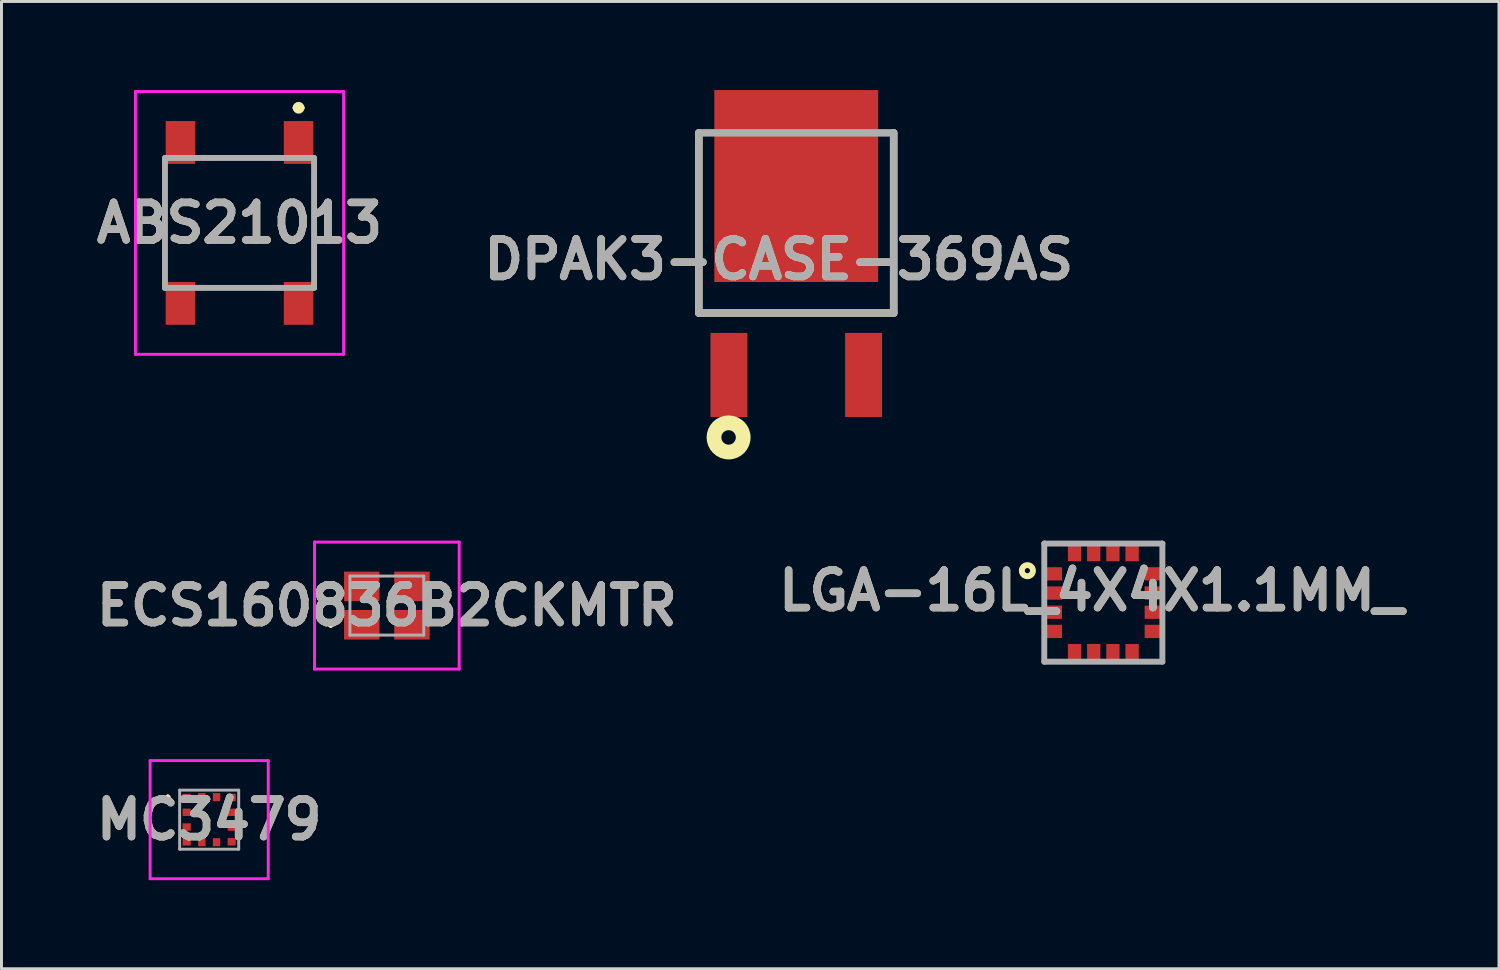
<source format=kicad_pcb>
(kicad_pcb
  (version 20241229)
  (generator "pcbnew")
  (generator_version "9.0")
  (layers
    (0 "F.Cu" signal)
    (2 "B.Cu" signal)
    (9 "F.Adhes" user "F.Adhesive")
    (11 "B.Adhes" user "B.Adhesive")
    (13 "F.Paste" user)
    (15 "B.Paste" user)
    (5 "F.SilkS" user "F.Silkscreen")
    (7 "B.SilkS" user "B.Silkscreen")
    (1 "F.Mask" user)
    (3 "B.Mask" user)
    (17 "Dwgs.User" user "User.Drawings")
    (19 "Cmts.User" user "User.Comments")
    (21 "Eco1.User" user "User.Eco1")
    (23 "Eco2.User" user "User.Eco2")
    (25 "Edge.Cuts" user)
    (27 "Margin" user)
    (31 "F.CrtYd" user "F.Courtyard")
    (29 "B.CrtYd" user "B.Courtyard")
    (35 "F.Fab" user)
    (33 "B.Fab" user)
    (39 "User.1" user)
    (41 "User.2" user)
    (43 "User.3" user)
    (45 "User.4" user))
  (footprint "ABS21013"
    (layer "F.Cu")
    (at 5.062 4.5)
    (property "Reference" "ABS21013" (at 0 0 0) (layer "F.SilkS") (effects (font (size 1.27 1.27) (thickness 0.254))))
    (attr smd)
    (fp_line (start -2.525 -1.5) (end -2.525 1.5) (stroke (width 0.1) (type solid)) (layer "F.SilkS"))
    (fp_line (start -1 -2.2) (end 1 -2.2) (stroke (width 0.1) (type solid)) (layer "F.SilkS"))
    (fp_line (start -1 2.2) (end 1 2.2) (stroke (width 0.1) (type solid)) (layer "F.SilkS"))
    (fp_line (start 1.9 -3.9) (end 1.9 -3.9) (stroke (width 0.2) (type solid)) (layer "F.SilkS"))
    (fp_line (start 2.1 -3.9) (end 2.1 -3.9) (stroke (width 0.2) (type solid)) (layer "F.SilkS"))
    (fp_line (start 2.5 -1.5) (end 2.5 1.5) (stroke (width 0.1) (type solid)) (layer "F.SilkS"))
    (fp_arc (start 1.9 -3.9) (mid 2 -4) (end 2.1 -3.9) (stroke (width 0.2) (type solid)) (layer "F.SilkS"))
    (fp_arc (start 2.1 -3.9) (mid 2 -3.8) (end 1.9 -3.9) (stroke (width 0.2) (type solid)) (layer "F.SilkS"))
    (fp_line (start -3.525 -4.45) (end 3.525 -4.45) (stroke (width 0.1) (type solid)) (layer "F.CrtYd"))
    (fp_line (start -3.525 4.45) (end -3.525 -4.45) (stroke (width 0.1) (type solid)) (layer "F.CrtYd"))
    (fp_line (start 3.525 -4.45) (end 3.525 4.45) (stroke (width 0.1) (type solid)) (layer "F.CrtYd"))
    (fp_line (start 3.525 4.45) (end -3.525 4.45) (stroke (width 0.1) (type solid)) (layer "F.CrtYd"))
    (fp_line (start -2.525 -2.2) (end 2.525 -2.2) (stroke (width 0.2) (type solid)) (layer "F.Fab"))
    (fp_line (start -2.525 2.2) (end -2.525 -2.2) (stroke (width 0.2) (type solid)) (layer "F.Fab"))
    (fp_line (start 2.525 -2.2) (end 2.525 2.2) (stroke (width 0.2) (type solid)) (layer "F.Fab"))
    (fp_line (start 2.525 2.2) (end -2.525 2.2) (stroke (width 0.2) (type solid)) (layer "F.Fab"))
    (fp_text user "${REFERENCE}" (at 0 0 0) (layer "F.Fab") (effects (font (size 1.27 1.27) (thickness 0.254))))
    (pad "1" smd rect (at 2 -2.725) (size 1 1.45) (layers "F.Cu" "F.Mask" "F.Paste"))
    (pad "2" smd rect (at 2 2.725) (size 1 1.45) (layers "F.Cu" "F.Mask" "F.Paste"))
    (pad "3" smd rect (at -2 -2.725) (size 1 1.45) (layers "F.Cu" "F.Mask" "F.Paste"))
    (pad "4" smd rect (at -2 2.725) (size 1 1.45) (layers "F.Cu" "F.Mask" "F.Paste")))
  (footprint "DPAK3-CASE-369AS"
    (layer "F.Cu")
    (at 23.916 3.25)
    (property "Reference" "DPAK3-CASE-369AS" (at -0.59 2.488 0) (layer "F.SilkS") (effects (font (size 1.27 1.27) (thickness 0.254))))
    (attr smd)
    (fp_line (start -3.3 -1.8) (end -3.3 4.3) (stroke (width 0.254) (type solid)) (layer "F.SilkS"))
    (fp_line (start -3.3 4.3) (end 3.3 4.3) (stroke (width 0.254) (type solid)) (layer "F.SilkS"))
    (fp_line (start 3.3 4.3) (end 3.3 -1.8) (stroke (width 0.254) (type solid)) (layer "F.SilkS"))
    (fp_circle (center -2.291 8.514) (end -2.291 8.759) (stroke (width 0.5) (type solid)) (fill no) (layer "F.SilkS"))
    (fp_line (start -3.3 -1.8) (end 3.3 -1.8) (stroke (width 0.254) (type solid)) (layer "F.Fab"))
    (fp_line (start -3.3 4.3) (end -3.3 -1.8) (stroke (width 0.254) (type solid)) (layer "F.Fab"))
    (fp_line (start 3.3 -1.8) (end 3.3 4.3) (stroke (width 0.254) (type solid)) (layer "F.Fab"))
    (fp_line (start 3.3 4.3) (end -3.3 4.3) (stroke (width 0.254) (type solid)) (layer "F.Fab"))
    (fp_text user "${REFERENCE}" (at -0.59 2.488 0) (layer "F.Fab") (effects (font (size 1.27 1.27) (thickness 0.254))))
    (pad "1" smd rect (at -2.28 6.4) (size 1.25 2.85) (layers "F.Cu" "F.Mask" "F.Paste"))
    (pad "2" smd rect (at 2.28 6.4) (size 1.25 2.85) (layers "F.Cu" "F.Mask" "F.Paste"))
    (pad "3" smd rect (at 0 0) (size 5.55 6.5) (layers "F.Cu" "F.Mask" "F.Paste")))
  (footprint "ECS160836B2CKMTR"
    (layer "F.Cu")
    (at 10.051 17.459)
    (property "Reference" "ECS160836B2CKMTR" (at 0 0 0) (layer "F.SilkS") (effects (font (size 1.27 1.27) (thickness 0.254))))
    (attr smd)
    (fp_line (start -1.9 0.6) (end -1.9 0.6) (stroke (width 0.1) (type solid)) (layer "F.SilkS"))
    (fp_line (start -1.9 0.7) (end -1.9 0.7) (stroke (width 0.1) (type solid)) (layer "F.SilkS"))
    (fp_arc (start -1.9 0.6) (mid -1.85 0.65) (end -1.9 0.7) (stroke (width 0.1) (type solid)) (layer "F.SilkS"))
    (fp_arc (start -1.9 0.7) (mid -1.95 0.65) (end -1.9 0.6) (stroke (width 0.1) (type solid)) (layer "F.SilkS"))
    (fp_line (start -2.45 -2.15) (end 2.45 -2.15) (stroke (width 0.1) (type solid)) (layer "F.CrtYd"))
    (fp_line (start -2.45 2.15) (end -2.45 -2.15) (stroke (width 0.1) (type solid)) (layer "F.CrtYd"))
    (fp_line (start 2.45 -2.15) (end 2.45 2.15) (stroke (width 0.1) (type solid)) (layer "F.CrtYd"))
    (fp_line (start 2.45 2.15) (end -2.45 2.15) (stroke (width 0.1) (type solid)) (layer "F.CrtYd"))
    (fp_line (start -1.25 -1) (end 1.25 -1) (stroke (width 0.1) (type solid)) (layer "F.Fab"))
    (fp_line (start -1.25 1) (end -1.25 -1) (stroke (width 0.1) (type solid)) (layer "F.Fab"))
    (fp_line (start 1.25 -1) (end 1.25 1) (stroke (width 0.1) (type solid)) (layer "F.Fab"))
    (fp_line (start 1.25 1) (end -1.25 1) (stroke (width 0.1) (type solid)) (layer "F.Fab"))
    (fp_text user "${REFERENCE}" (at 0 0 0) (layer "F.Fab") (effects (font (size 1.27 1.27) (thickness 0.254))))
    (pad "1" smd rect (at -0.85 0.65 90) (size 1 1.2) (layers "F.Cu" "F.Mask" "F.Paste"))
    (pad "2" smd rect (at 0.85 0.65 90) (size 1 1.2) (layers "F.Cu" "F.Mask" "F.Paste"))
    (pad "3" smd rect (at 0.85 -0.65 90) (size 1 1.2) (layers "F.Cu" "F.Mask" "F.Paste"))
    (pad "4" smd rect (at -0.85 -0.65 90) (size 1 1.2) (layers "F.Cu" "F.Mask" "F.Paste")))
  (footprint "LGA-16L_4X4X1.1MM_"
    (layer "F.Cu")
    (at 34.316 17.359)
    (property "Reference" "LGA-16L_4X4X1.1MM_" (at -0.407 -0.406 0) (layer "F.SilkS") (effects (font (size 1.27 1.27) (thickness 0.254))))
    (attr smd)
    (fp_circle (center -2.572 -1.082) (end -2.572 -0.994) (stroke (width 0.2) (type solid)) (fill no) (layer "F.SilkS"))
    (fp_line (start -2 -2) (end 2 -2) (stroke (width 0.2) (type solid)) (layer "F.Fab"))
    (fp_line (start -2 2) (end -2 -2) (stroke (width 0.2) (type solid)) (layer "F.Fab"))
    (fp_line (start 2 -2) (end 2 2) (stroke (width 0.2) (type solid)) (layer "F.Fab"))
    (fp_line (start 2 2) (end -2 2) (stroke (width 0.2) (type solid)) (layer "F.Fab"))
    (fp_text user "${REFERENCE}" (at -0.407 -0.406 0) (layer "F.Fab") (effects (font (size 1.27 1.27) (thickness 0.254))))
    (pad "1" smd rect (at -1.7 -0.975 90) (size 0.45 0.6) (layers "F.Cu" "F.Mask" "F.Paste"))
    (pad "2" smd rect (at -1.7 -0.325 90) (size 0.45 0.6) (layers "F.Cu" "F.Mask" "F.Paste"))
    (pad "3" smd rect (at -1.7 0.325 90) (size 0.45 0.6) (layers "F.Cu" "F.Mask" "F.Paste"))
    (pad "4" smd rect (at -1.7 0.975 90) (size 0.45 0.6) (layers "F.Cu" "F.Mask" "F.Paste"))
    (pad "5" smd rect (at -0.975 1.7) (size 0.45 0.6) (layers "F.Cu" "F.Mask" "F.Paste"))
    (pad "6" smd rect (at -0.325 1.7) (size 0.45 0.6) (layers "F.Cu" "F.Mask" "F.Paste"))
    (pad "7" smd rect (at 0.325 1.7) (size 0.45 0.6) (layers "F.Cu" "F.Mask" "F.Paste"))
    (pad "8" smd rect (at 0.975 1.7) (size 0.45 0.6) (layers "F.Cu" "F.Mask" "F.Paste"))
    (pad "9" smd rect (at 1.7 0.975 90) (size 0.45 0.6) (layers "F.Cu" "F.Mask" "F.Paste"))
    (pad "10" smd rect (at 1.7 0.325 90) (size 0.45 0.6) (layers "F.Cu" "F.Mask" "F.Paste"))
    (pad "11" smd rect (at 1.7 -0.325 90) (size 0.45 0.6) (layers "F.Cu" "F.Mask" "F.Paste"))
    (pad "12" smd rect (at 1.7 -0.975 90) (size 0.45 0.6) (layers "F.Cu" "F.Mask" "F.Paste"))
    (pad "13" smd rect (at 0.975 -1.7) (size 0.45 0.6) (layers "F.Cu" "F.Mask" "F.Paste"))
    (pad "14" smd rect (at 0.325 -1.7) (size 0.45 0.6) (layers "F.Cu" "F.Mask" "F.Paste"))
    (pad "15" smd rect (at -0.325 -1.7) (size 0.45 0.6) (layers "F.Cu" "F.Mask" "F.Paste"))
    (pad "16" smd rect (at -0.975 -1.7) (size 0.45 0.6) (layers "F.Cu" "F.Mask" "F.Paste")))
  (footprint "MC3479"
    (layer "F.Cu")
    (at 4.034 24.709)
    (property "Reference" "MC3479" (at 0 0 0) (layer "F.SilkS") (effects (font (size 1.27 1.27) (thickness 0.254))))
    (attr smd)
    (fp_line (start -1.4 -0.8) (end -1.4 -0.8) (stroke (width 0.1) (type solid)) (layer "F.SilkS"))
    (fp_line (start -1.4 -0.7) (end -1.4 -0.7) (stroke (width 0.1) (type solid)) (layer "F.SilkS"))
    (fp_arc (start -1.4 -0.8) (mid -1.35 -0.75) (end -1.4 -0.7) (stroke (width 0.1) (type solid)) (layer "F.SilkS"))
    (fp_arc (start -1.4 -0.7) (mid -1.45 -0.75) (end -1.4 -0.8) (stroke (width 0.1) (type solid)) (layer "F.SilkS"))
    (fp_line (start -2 -2) (end 2 -2) (stroke (width 0.1) (type solid)) (layer "F.CrtYd"))
    (fp_line (start -2 2) (end -2 -2) (stroke (width 0.1) (type solid)) (layer "F.CrtYd"))
    (fp_line (start 2 -2) (end 2 2) (stroke (width 0.1) (type solid)) (layer "F.CrtYd"))
    (fp_line (start 2 2) (end -2 2) (stroke (width 0.1) (type solid)) (layer "F.CrtYd"))
    (fp_line (start -1 -1) (end 1 -1) (stroke (width 0.1) (type solid)) (layer "F.Fab"))
    (fp_line (start -1 1) (end -1 -1) (stroke (width 0.1) (type solid)) (layer "F.Fab"))
    (fp_line (start 1 -1) (end 1 1) (stroke (width 0.1) (type solid)) (layer "F.Fab"))
    (fp_line (start 1 1) (end -1 1) (stroke (width 0.1) (type solid)) (layer "F.Fab"))
    (fp_text user "${REFERENCE}" (at 0 0 0) (layer "F.Fab") (effects (font (size 1.27 1.27) (thickness 0.254))))
    (pad "1" smd rect (at -0.762 -0.75 90) (size 0.25 0.275) (layers "F.Cu" "F.Mask" "F.Paste"))
    (pad "2" smd rect (at -0.762 -0.25 90) (size 0.25 0.275) (layers "F.Cu" "F.Mask" "F.Paste"))
    (pad "3" smd rect (at -0.762 0.25 90) (size 0.25 0.275) (layers "F.Cu" "F.Mask" "F.Paste"))
    (pad "4" smd rect (at -0.762 0.75 90) (size 0.25 0.275) (layers "F.Cu" "F.Mask" "F.Paste"))
    (pad "5" smd rect (at -0.25 0.763) (size 0.25 0.275) (layers "F.Cu" "F.Mask" "F.Paste"))
    (pad "6" smd rect (at 0.25 0.763) (size 0.25 0.275) (layers "F.Cu" "F.Mask" "F.Paste"))
    (pad "7" smd rect (at 0.763 0.75 90) (size 0.25 0.275) (layers "F.Cu" "F.Mask" "F.Paste"))
    (pad "8" smd rect (at 0.763 0.25 90) (size 0.25 0.275) (layers "F.Cu" "F.Mask" "F.Paste"))
    (pad "9" smd rect (at 0.763 -0.25 90) (size 0.25 0.275) (layers "F.Cu" "F.Mask" "F.Paste"))
    (pad "10" smd rect (at 0.763 -0.75 90) (size 0.25 0.275) (layers "F.Cu" "F.Mask" "F.Paste"))
    (pad "11" smd rect (at 0.25 -0.762) (size 0.25 0.275) (layers "F.Cu" "F.Mask" "F.Paste"))
    (pad "12" smd rect (at -0.25 -0.762) (size 0.25 0.275) (layers "F.Cu" "F.Mask" "F.Paste")))
  (gr_rect
    (start -3 -3)
    (end 47.716 29.759)
    (stroke (width 0.1) (type default))
    (fill no)
    (layer "Edge.Cuts")))
</source>
